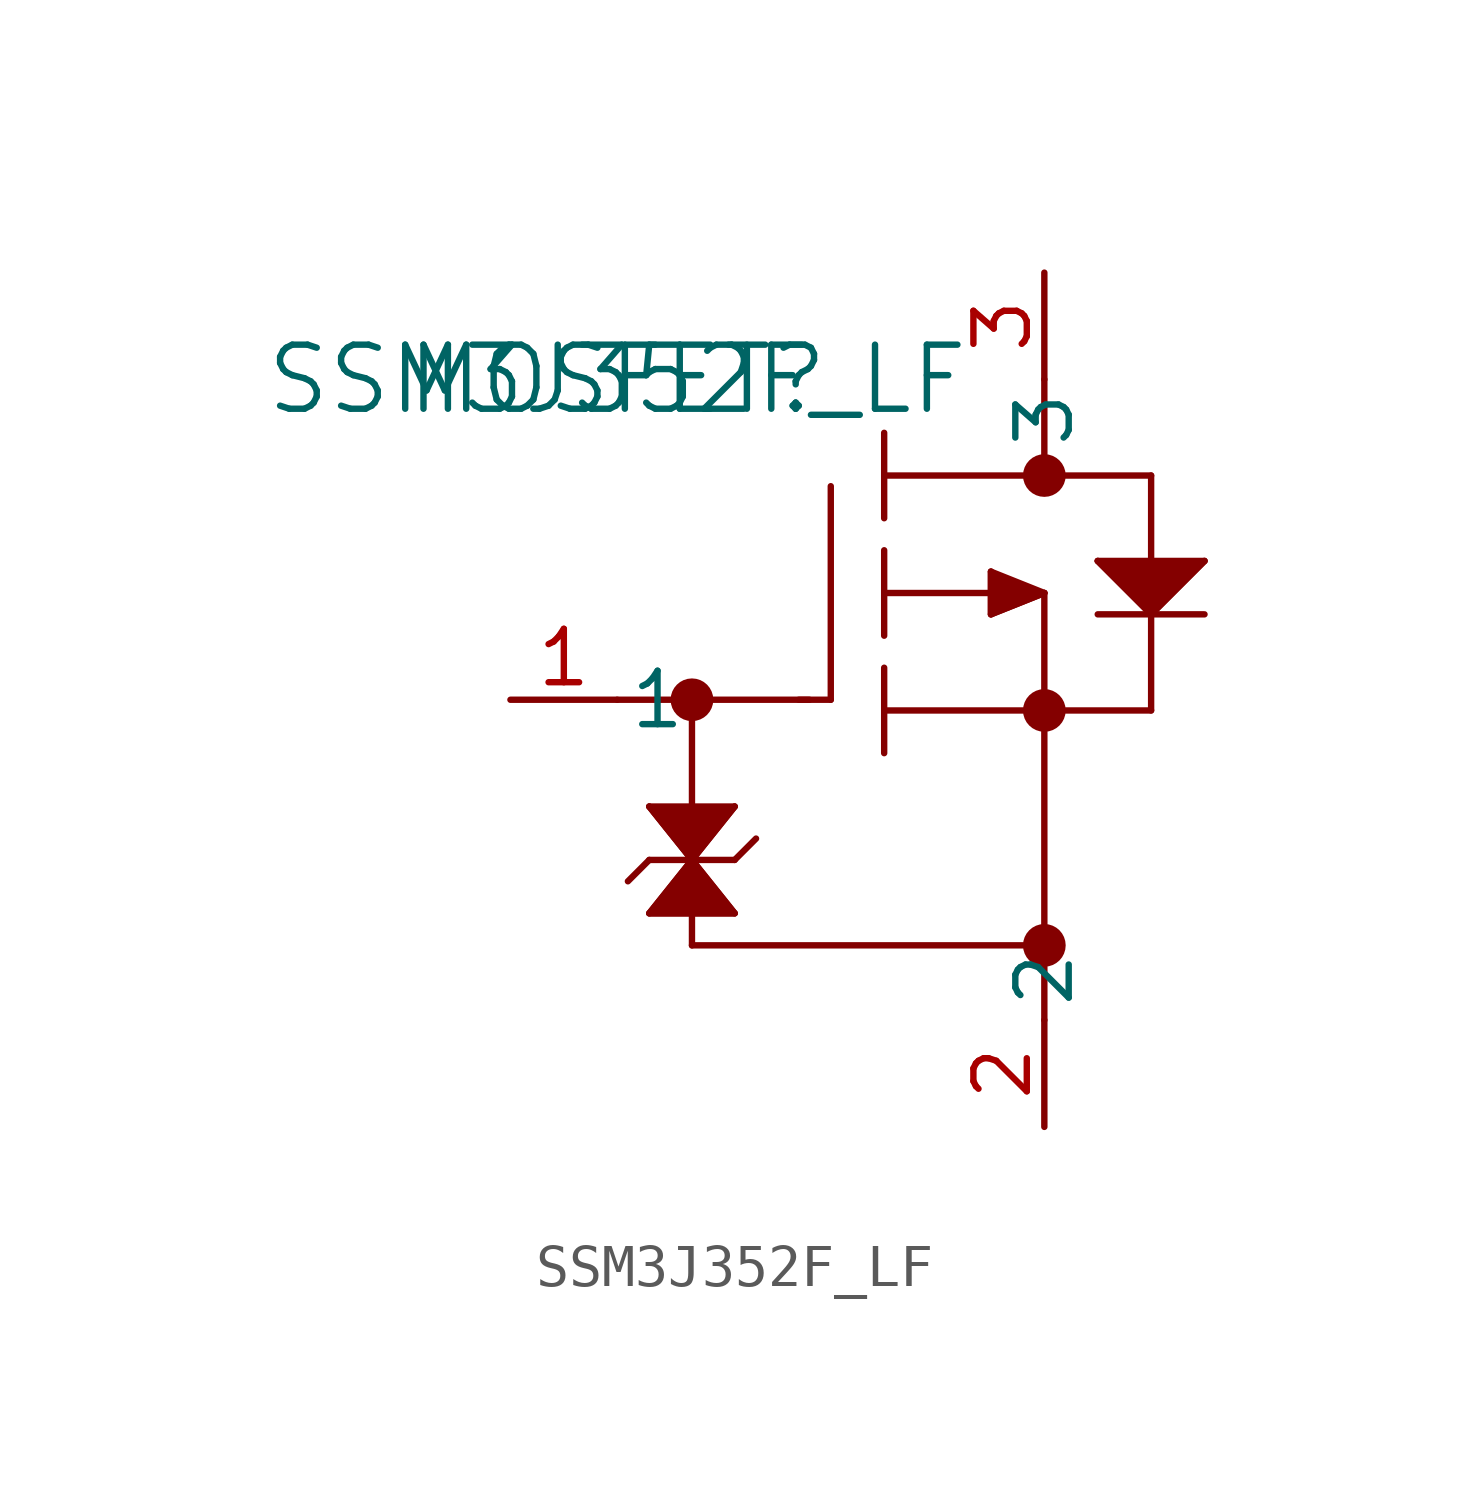
<source format=kicad_sym>
(kicad_symbol_lib
  (version 20211014)
  (generator kicad_symbol_editor)
  (symbol "SSM3J352F_LF"
    (pin_names
      (offset 0.254))
    (property "Reference" "MOSFET"
      (at 0 0 0)
      (effects (font (size 1.524 1.524))))
    (property "Value" "SSM3J352F_LF"
      (at 0 0 0)
      (effects (font (size 1.524 1.524))))
    (symbol "SSM3J352F_LF_0_1"
      (circle (center 1.778 -7.62) (radius 0.254) (stroke (width 0.508) (type default) (color 0 0 0 0)) (fill (type none)))
      (polyline (pts (xy 5.08 -7.62) (xy 5.08 -2.54)) (stroke (width 0.152) (type default) (color 0 0 0 0)) (fill (type none)))
      (polyline (pts (xy 6.35 -6.096) (xy 6.35 -4.064)) (stroke (width 0.152) (type default) (color 0 0 0 0)) (fill (type none)))
      (polyline (pts (xy 6.35 -3.302) (xy 6.35 -1.27)) (stroke (width 0.152) (type default) (color 0 0 0 0)) (fill (type none)))
      (polyline (pts (xy 6.35 -8.89) (xy 6.35 -6.858)) (stroke (width 0.152) (type default) (color 0 0 0 0)) (fill (type none)))
      (polyline (pts (xy 6.35 -7.874) (xy 12.7 -7.874)) (stroke (width 0.152) (type default) (color 0 0 0 0)) (fill (type none)))
      (polyline (pts (xy 6.35 -5.08) (xy 8.89 -5.08)) (stroke (width 0.152) (type default) (color 0 0 0 0)) (fill (type none)))
      (polyline (pts (xy 10.16 -5.08) (xy 10.16 -15.24)) (stroke (width 0.152) (type default) (color 0 0 0 0)) (fill (type none)))
      (polyline (pts (xy 12.7 -2.286) (xy 6.35 -2.286)) (stroke (width 0.152) (type default) (color 0 0 0 0)) (fill (type none)))
      (polyline (pts (xy 10.16 0) (xy 10.16 -2.286)) (stroke (width 0.152) (type default) (color 0 0 0 0)) (fill (type none)))
      (polyline (pts (xy 11.43 -5.588) (xy 13.97 -5.588)) (stroke (width 0.152) (type default) (color 0 0 0 0)) (fill (type none)))
      (polyline (pts (xy 12.7 -4.318) (xy 12.7 -2.286)) (stroke (width 0.152) (type default) (color 0 0 0 0)) (fill (type none)))
      (polyline (pts (xy 12.7 -7.874) (xy 12.7 -5.588)) (stroke (width 0.152) (type default) (color 0 0 0 0)) (fill (type none)))
      (polyline (pts (xy 5.08 -7.62) (xy 4.318 -7.62)) (stroke (width 0.152) (type default) (color 0 0 0 0)) (fill (type none)))
      (polyline (pts (xy 0.762 -11.43) (xy 2.794 -11.43)) (stroke (width 0.152) (type default) (color 0 0 0 0)) (fill (type none)))
      (polyline (pts (xy 0.762 -11.43) (xy 0.254 -11.938)) (stroke (width 0.152) (type default) (color 0 0 0 0)) (fill (type none)))
      (polyline (pts (xy 2.794 -11.43) (xy 3.302 -10.922)) (stroke (width 0.152) (type default) (color 0 0 0 0)) (fill (type none)))
      (polyline (pts (xy 0 -7.62) (xy 4.572 -7.62)) (stroke (width 0.152) (type default) (color 0 0 0 0)) (fill (type none)))
      (polyline (pts (xy 1.778 -7.62) (xy 1.778 -10.16)) (stroke (width 0.152) (type default) (color 0 0 0 0)) (fill (type none)))
      (polyline (pts (xy 1.778 -13.462) (xy 10.16 -13.462)) (stroke (width 0.152) (type default) (color 0 0 0 0)) (fill (type none)))
      (circle (center 10.16 -2.286) (radius 0.254) (stroke (width 0.508) (type default) (color 0 0 0 0)) (fill (type none)))
      (circle (center 10.16 -7.874) (radius 0.254) (stroke (width 0.508) (type default) (color 0 0 0 0)) (fill (type none)))
      (circle (center 10.16 -13.462) (radius 0.254) (stroke (width 0.508) (type default) (color 0 0 0 0)) (fill (type none)))
      (polyline (pts (xy 0.762 -10.16) (xy 1.778 -11.43)) (stroke (width 0.152) (type default) (color 0 0 0 0)) (fill (type none)))
      (polyline (pts (xy 0.762 -10.16) (xy 2.794 -10.16)) (stroke (width 0.152) (type default) (color 0 0 0 0)) (fill (type none)))
      (polyline (pts (xy 2.794 -10.16) (xy 1.778 -11.43)) (stroke (width 0.152) (type default) (color 0 0 0 0)) (fill (type none)))
      (polyline (pts (xy 1.778 -11.43) (xy 0.762 -12.7)) (stroke (width 0.152) (type default) (color 0 0 0 0)) (fill (type none)))
      (polyline (pts (xy 0.762 -12.7) (xy 2.794 -12.7)) (stroke (width 0.152) (type default) (color 0 0 0 0)) (fill (type none)))
      (polyline (pts (xy 2.794 -12.7) (xy 1.778 -11.43)) (stroke (width 0.152) (type default) (color 0 0 0 0)) (fill (type none)))
      (polyline (pts (xy 10.16 -5.08) (xy 8.89 -4.572)) (stroke (width 0.152) (type default) (color 0 0 0 0)) (fill (type none)))
      (polyline (pts (xy 8.89 -4.572) (xy 8.89 -5.588)) (stroke (width 0.152) (type default) (color 0 0 0 0)) (fill (type none)))
      (polyline (pts (xy 8.89 -5.588) (xy 10.16 -5.08)) (stroke (width 0.152) (type default) (color 0 0 0 0)) (fill (type none)))
      (polyline (pts (xy 11.43 -4.318) (xy 13.97 -4.318)) (stroke (width 0.152) (type default) (color 0 0 0 0)) (fill (type none)))
      (polyline (pts (xy 13.97 -4.318) (xy 12.7 -5.588)) (stroke (width 0.152) (type default) (color 0 0 0 0)) (fill (type none)))
      (polyline (pts (xy 12.7 -5.588) (xy 11.43 -4.318)) (stroke (width 0.152) (type default) (color 0 0 0 0)) (fill (type none)))
      (polyline (pts (xy 1.778 -12.7) (xy 1.778 -13.462)) (stroke (width 0.152) (type default) (color 0 0 0 0)) (fill (type none)))
      (polyline (pts (xy 0.762 -10.16) (xy 1.778 -11.43) (xy 0.762 -12.7) (xy 2.794 -12.7) (xy 1.778 -11.43) (xy 2.794 -10.16)) (stroke (width 0) (type default) (color 0 0 0 0)) (fill (type outline)))
      (polyline (pts (xy 8.89 -4.572) (xy 8.89 -5.588) (xy 10.16 -5.08)) (stroke (width 0) (type default) (color 0 0 0 0)) (fill (type outline)))
      (polyline (pts (xy 11.43 -4.318) (xy 12.7 -5.588) (xy 13.97 -4.318)) (stroke (width 0) (type default) (color 0 0 0 0)) (fill (type outline)))
      (pin unspecified line (at -2.54 -7.62 0) (length 2.54) (name "1" (effects (font (size 1.27 1.27)))) (number "1" (effects (font (size 1.27 1.27)))))
      (pin unspecified line (at 10.16 -17.78 90) (length 2.54) (name "2" (effects (font (size 1.27 1.27)))) (number "2" (effects (font (size 1.27 1.27)))))
      (pin unspecified line (at 10.16 2.54 270) (length 2.54) (name "3" (effects (font (size 1.27 1.27)))) (number "3" (effects (font (size 1.27 1.27))))))))
</source>
